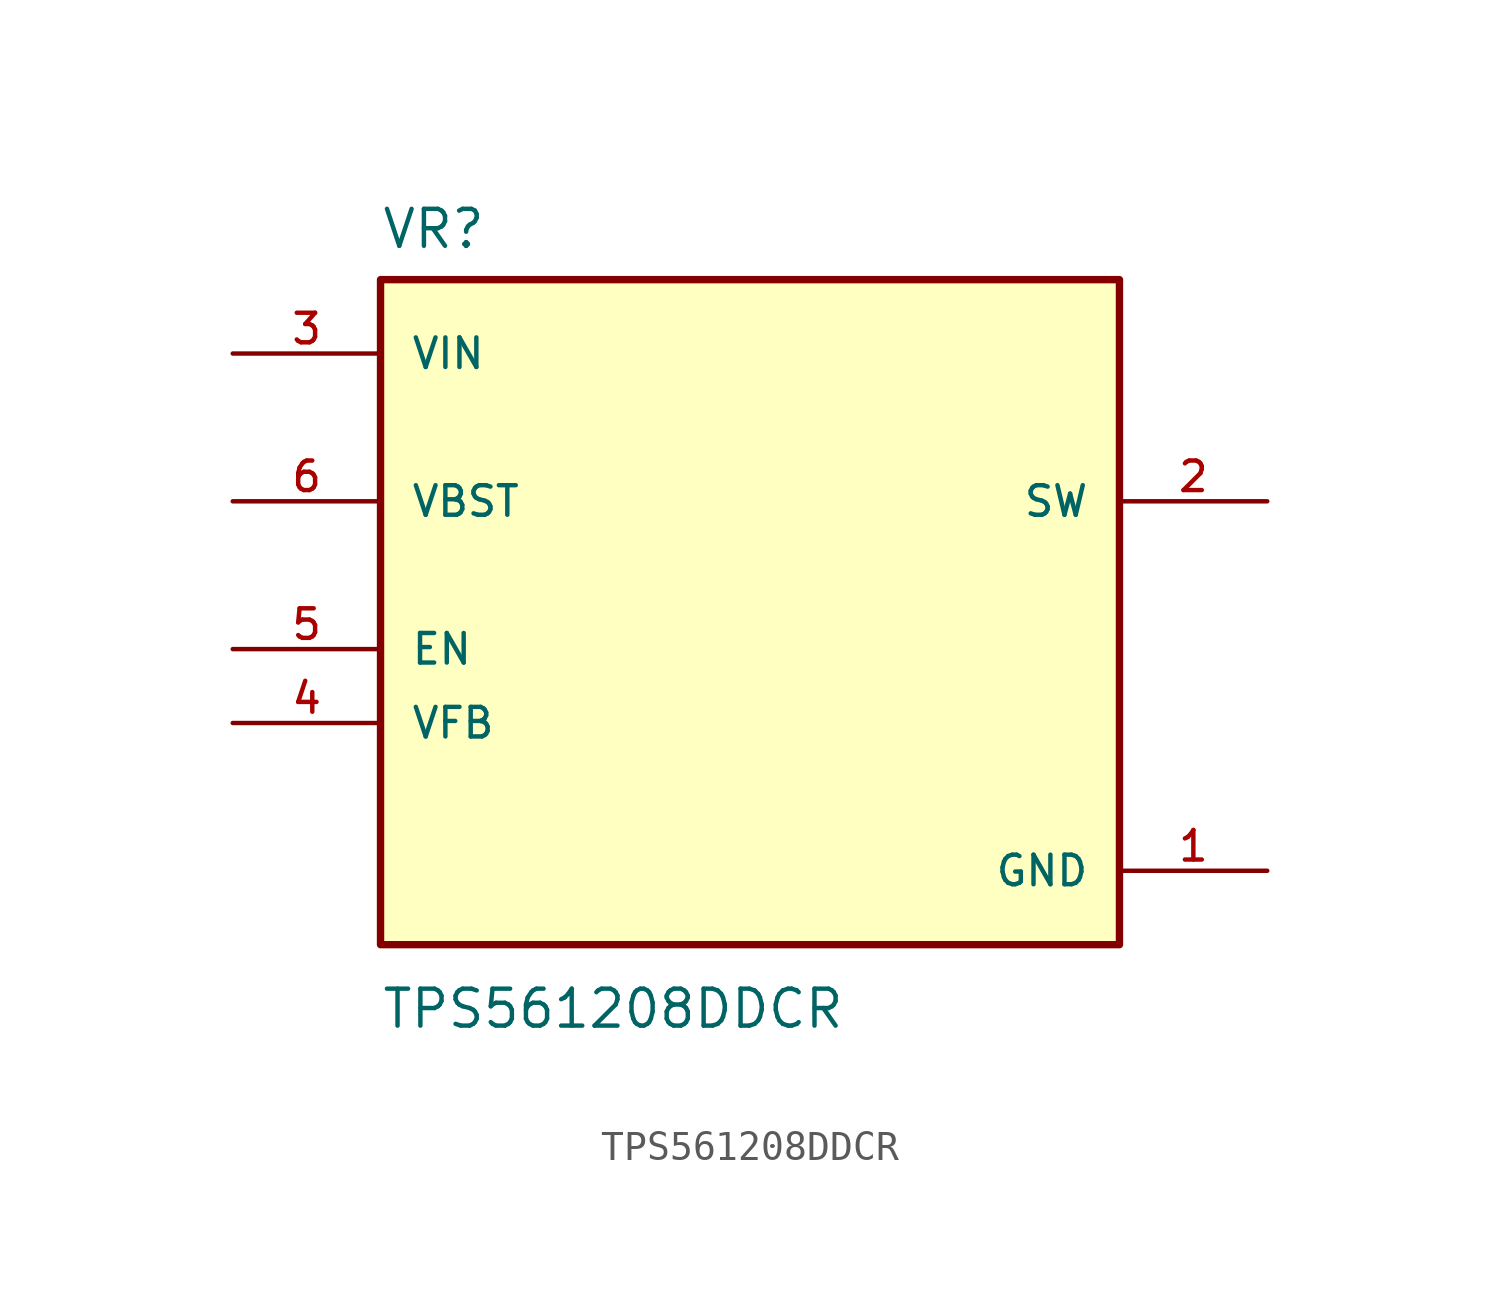
<source format=kicad_sym>
(kicad_symbol_lib
  (version 20211014)
  (generator kicad_symbol_editor)
  (symbol "TPS561208DDCR"
    (pin_names
      (offset 1.016))
    (property "Reference" "VR"
      (at -12.7 13.7 0.0)
      (effects (font (size 1.27 1.27)) (justify bottom left)))
    (property "Value" "TPS561208DDCR"
      (at -12.7 -11.62 0.0)
      (effects (font (size 1.27 1.27)) (justify top left)))
    (symbol "TPS561208DDCR_0_0"
      (rectangle (start -12.7 -10.16) (end 12.7 12.7) (stroke (width 0.254)) (fill (type background)))
      (pin input line (at -17.78 5.08 0) (length 5.08) (name "VBST" (effects (font (size 1.016 1.016)))) (number "6" (effects (font (size 1.016 1.016)))))
      (pin input line (at -17.78 -2.54 0) (length 5.08) (name "VFB" (effects (font (size 1.016 1.016)))) (number "4" (effects (font (size 1.016 1.016)))))
      (pin input line (at -17.78 0.0 0) (length 5.08) (name "EN" (effects (font (size 1.016 1.016)))) (number "5" (effects (font (size 1.016 1.016)))))
      (pin power_in line (at -17.78 10.16 0) (length 5.08) (name "VIN" (effects (font (size 1.016 1.016)))) (number "3" (effects (font (size 1.016 1.016)))))
      (pin power_in line (at 17.78 -7.62 180.0) (length 5.08) (name "GND" (effects (font (size 1.016 1.016)))) (number "1" (effects (font (size 1.016 1.016)))))
      (pin output line (at 17.78 5.08 180.0) (length 5.08) (name "SW" (effects (font (size 1.016 1.016)))) (number "2" (effects (font (size 1.016 1.016))))))))
</source>
